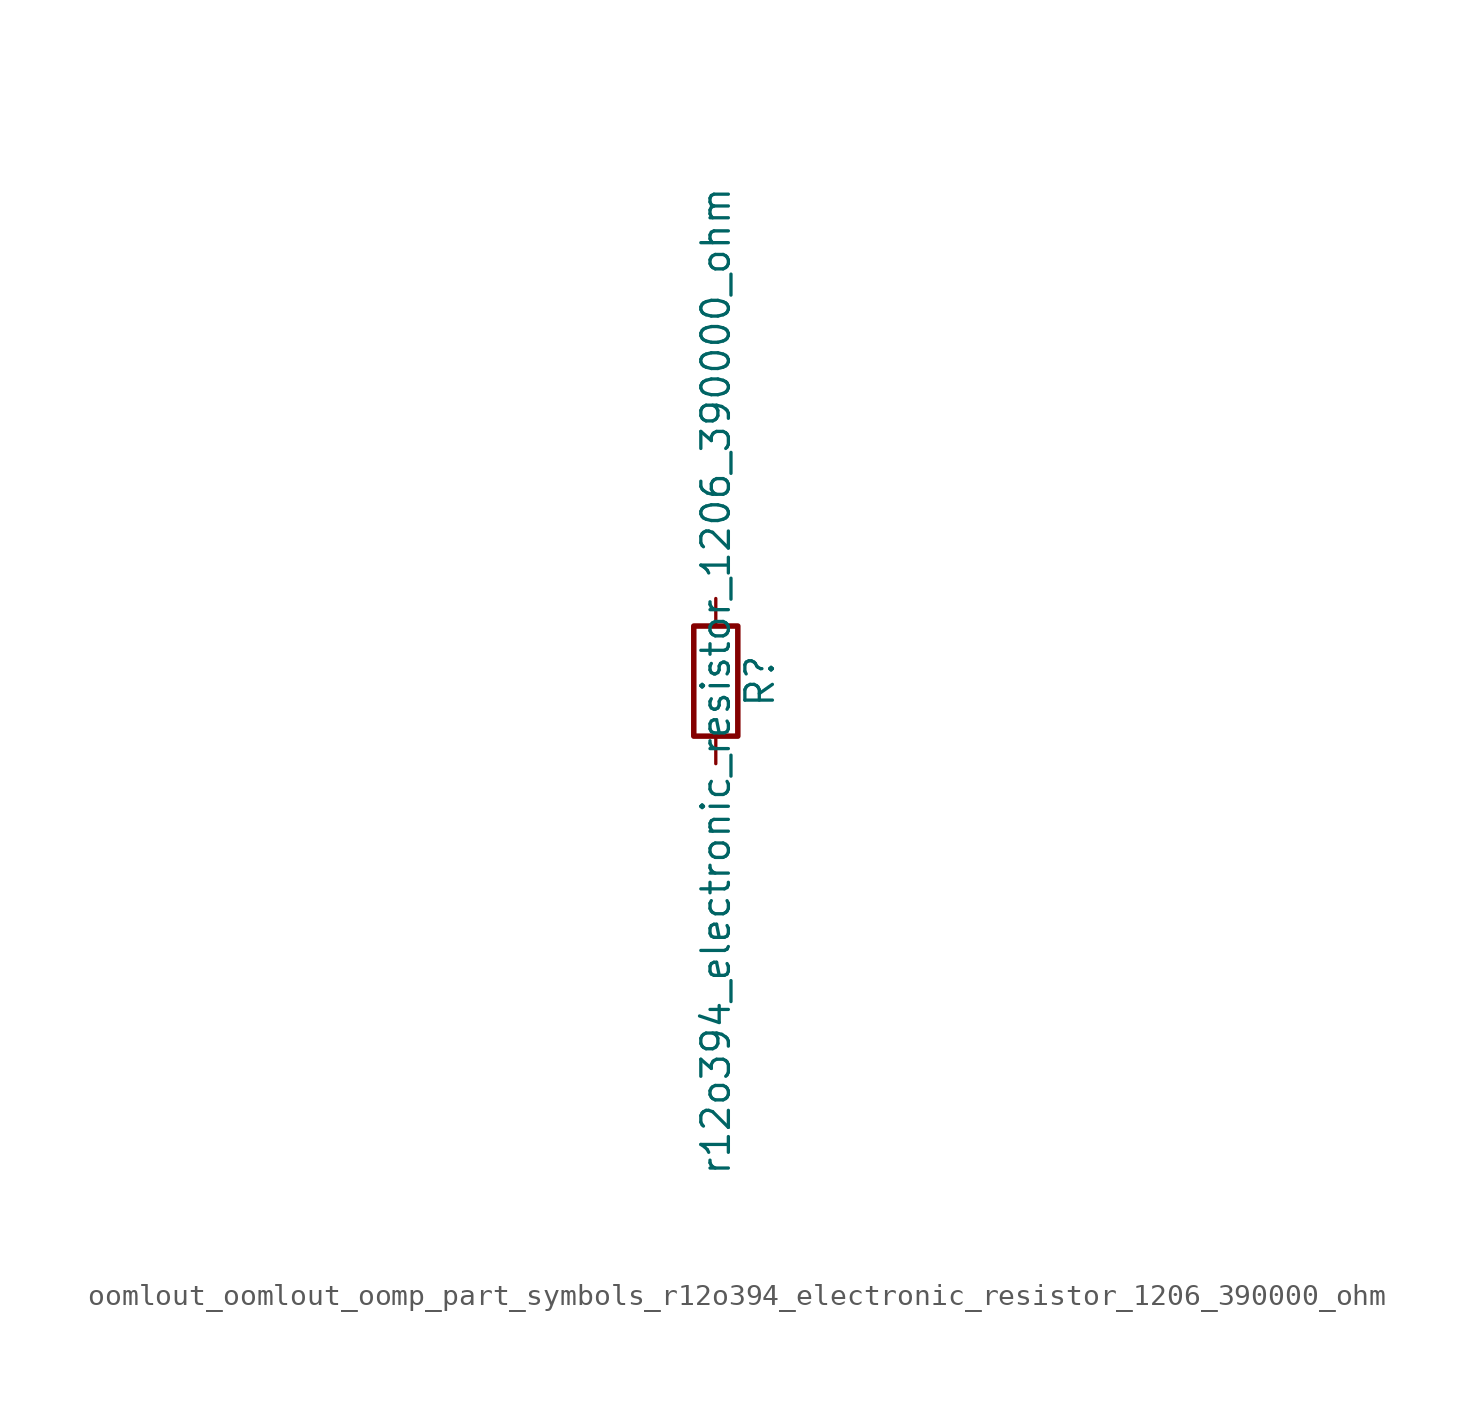
<source format=kicad_sym>
(kicad_symbol_lib
  (version 20220914)
  (generator kicad_symbol_editor)
  (symbol "oomlout_oomlout_oomp_part_symbols_r12o394_electronic_resistor_1206_390000_ohm"
    (pin_numbers hide)
    (pin_names
      (offset 0))
    (property "Reference" "R"
      (at 2.032 0 90)
      (effects (font (size 1.27 1.27))))
    (property "Value" "r12o394_electronic_resistor_1206_390000_ohm"
      (at 0 0 90)
      (effects (font (size 1.27 1.27))))
    (symbol "oomlout_oomlout_oomp_part_symbols_r12o394_electronic_resistor_1206_390000_ohm_0_1"
      (rectangle (start -1.016 -2.54) (end 1.016 2.54) (stroke (width 0.254) (type default)) (fill (type none))))
    (symbol "oomlout_oomlout_oomp_part_symbols_r12o394_electronic_resistor_1206_390000_ohm_1_1"
      (pin passive line (at 0 3.81 270) (length 1.27) (name "~" (effects (font (size 1.27 1.27)))) (number "1" (effects (font (size 1.27 1.27)))))
      (pin passive line (at 0 -3.81 90) (length 1.27) (name "~" (effects (font (size 1.27 1.27)))) (number "2" (effects (font (size 1.27 1.27))))))))
</source>
